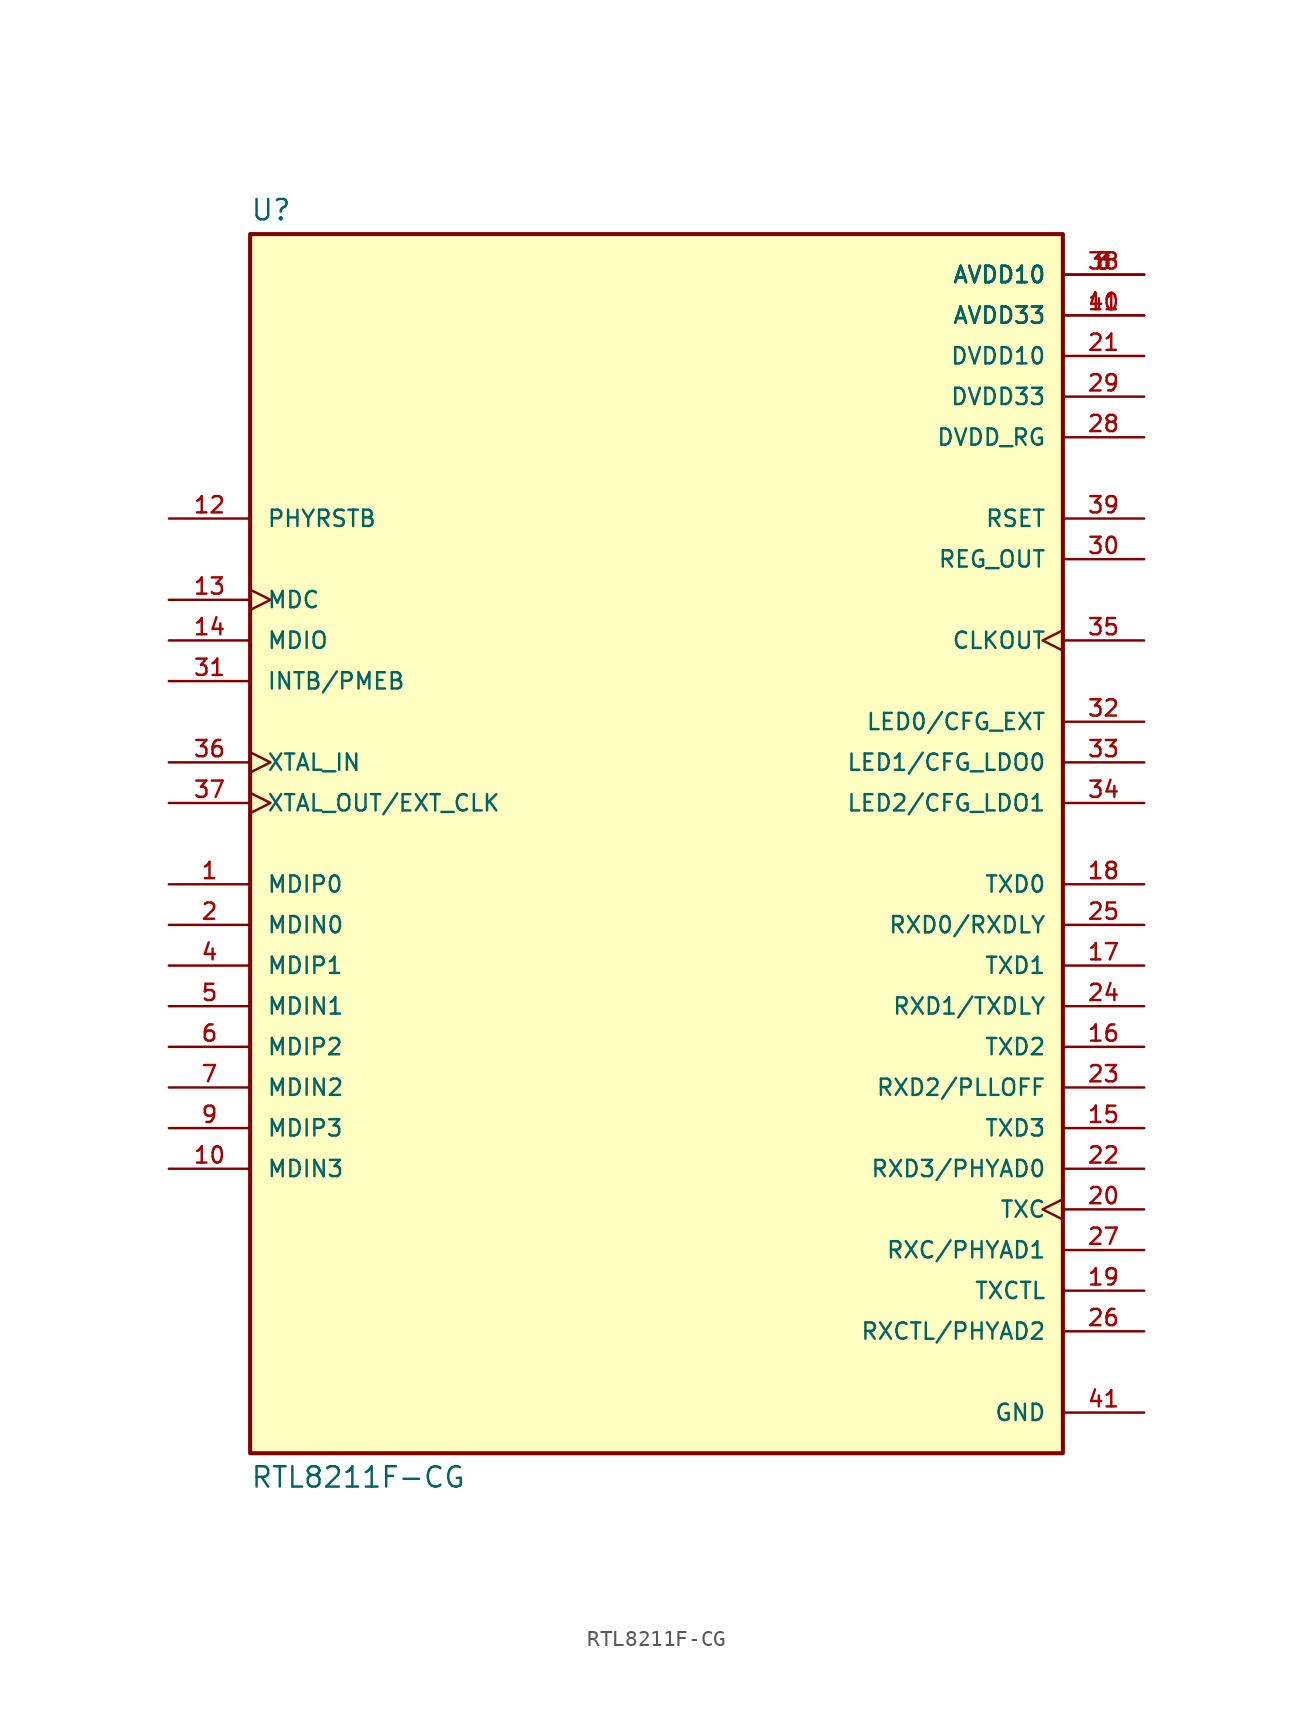
<source format=kicad_sym>
(kicad_symbol_lib
  (version 20231120)
  (generator "kicad_symbol_editor")
  (generator_version "8.0")
  (symbol "RTL8211F-CG"
    (pin_names
      (offset 1.016))
    (property "Reference" "U"
      (at -25.4 38.862 0)
      (effects (font (size 1.27 1.27)) (justify left bottom)))
    (property "Value" "RTL8211F-CG"
      (at -25.4 -38.862 0)
      (effects (font (size 1.27 1.27)) (justify left top)))
    (symbol "RTL8211F-CG_0_0"
      (rectangle (start -25.4 -38.1) (end 25.4 38.1) (stroke (width 0.254) (type default)) (fill (type background)))
      (pin bidirectional line (at -30.48 -2.54 0) (length 5.08) (name "MDIP0" (effects (font (size 1.016 1.016)))) (number "1" (effects (font (size 1.016 1.016)))))
      (pin bidirectional line (at -30.48 -20.32 0) (length 5.08) (name "MDIN3" (effects (font (size 1.016 1.016)))) (number "10" (effects (font (size 1.016 1.016)))))
      (pin power_in line (at 30.48 33.02 180) (length 5.08) (name "AVDD33" (effects (font (size 1.016 1.016)))) (number "11" (effects (font (size 1.016 1.016)))))
      (pin input line (at -30.48 20.32 0) (length 5.08) (name "PHYRSTB" (effects (font (size 1.016 1.016)))) (number "12" (effects (font (size 1.016 1.016)))))
      (pin input clock (at -30.48 15.24 0) (length 5.08) (name "MDC" (effects (font (size 1.016 1.016)))) (number "13" (effects (font (size 1.016 1.016)))))
      (pin bidirectional line (at -30.48 12.7 0) (length 5.08) (name "MDIO" (effects (font (size 1.016 1.016)))) (number "14" (effects (font (size 1.016 1.016)))))
      (pin input line (at 30.48 -17.78 180) (length 5.08) (name "TXD3" (effects (font (size 1.016 1.016)))) (number "15" (effects (font (size 1.016 1.016)))))
      (pin input line (at 30.48 -12.7 180) (length 5.08) (name "TXD2" (effects (font (size 1.016 1.016)))) (number "16" (effects (font (size 1.016 1.016)))))
      (pin input line (at 30.48 -7.62 180) (length 5.08) (name "TXD1" (effects (font (size 1.016 1.016)))) (number "17" (effects (font (size 1.016 1.016)))))
      (pin input line (at 30.48 -2.54 180) (length 5.08) (name "TXD0" (effects (font (size 1.016 1.016)))) (number "18" (effects (font (size 1.016 1.016)))))
      (pin input line (at 30.48 -27.94 180) (length 5.08) (name "TXCTL" (effects (font (size 1.016 1.016)))) (number "19" (effects (font (size 1.016 1.016)))))
      (pin bidirectional line (at -30.48 -5.08 0) (length 5.08) (name "MDIN0" (effects (font (size 1.016 1.016)))) (number "2" (effects (font (size 1.016 1.016)))))
      (pin input clock (at 30.48 -22.86 180) (length 5.08) (name "TXC" (effects (font (size 1.016 1.016)))) (number "20" (effects (font (size 1.016 1.016)))))
      (pin power_in line (at 30.48 30.48 180) (length 5.08) (name "DVDD10" (effects (font (size 1.016 1.016)))) (number "21" (effects (font (size 1.016 1.016)))))
      (pin bidirectional line (at 30.48 -20.32 180) (length 5.08) (name "RXD3/PHYAD0" (effects (font (size 1.016 1.016)))) (number "22" (effects (font (size 1.016 1.016)))))
      (pin bidirectional line (at 30.48 -15.24 180) (length 5.08) (name "RXD2/PLLOFF" (effects (font (size 1.016 1.016)))) (number "23" (effects (font (size 1.016 1.016)))))
      (pin bidirectional line (at 30.48 -10.16 180) (length 5.08) (name "RXD1/TXDLY" (effects (font (size 1.016 1.016)))) (number "24" (effects (font (size 1.016 1.016)))))
      (pin bidirectional line (at 30.48 -5.08 180) (length 5.08) (name "RXD0/RXDLY" (effects (font (size 1.016 1.016)))) (number "25" (effects (font (size 1.016 1.016)))))
      (pin bidirectional line (at 30.48 -30.48 180) (length 5.08) (name "RXCTL/PHYAD2" (effects (font (size 1.016 1.016)))) (number "26" (effects (font (size 1.016 1.016)))))
      (pin bidirectional line (at 30.48 -25.4 180) (length 5.08) (name "RXC/PHYAD1" (effects (font (size 1.016 1.016)))) (number "27" (effects (font (size 1.016 1.016)))))
      (pin power_in line (at 30.48 25.4 180) (length 5.08) (name "DVDD_RG" (effects (font (size 1.016 1.016)))) (number "28" (effects (font (size 1.016 1.016)))))
      (pin power_in line (at 30.48 27.94 180) (length 5.08) (name "DVDD33" (effects (font (size 1.016 1.016)))) (number "29" (effects (font (size 1.016 1.016)))))
      (pin power_in line (at 30.48 35.56 180) (length 5.08) (name "AVDD10" (effects (font (size 1.016 1.016)))) (number "3" (effects (font (size 1.016 1.016)))))
      (pin output line (at 30.48 17.78 180) (length 5.08) (name "REG_OUT" (effects (font (size 1.016 1.016)))) (number "30" (effects (font (size 1.016 1.016)))))
      (pin output line (at -30.48 10.16 0) (length 5.08) (name "INTB/PMEB" (effects (font (size 1.016 1.016)))) (number "31" (effects (font (size 1.016 1.016)))))
      (pin bidirectional line (at 30.48 7.62 180) (length 5.08) (name "LED0/CFG_EXT" (effects (font (size 1.016 1.016)))) (number "32" (effects (font (size 1.016 1.016)))))
      (pin bidirectional line (at 30.48 5.08 180) (length 5.08) (name "LED1/CFG_LDO0" (effects (font (size 1.016 1.016)))) (number "33" (effects (font (size 1.016 1.016)))))
      (pin bidirectional line (at 30.48 2.54 180) (length 5.08) (name "LED2/CFG_LDO1" (effects (font (size 1.016 1.016)))) (number "34" (effects (font (size 1.016 1.016)))))
      (pin output clock (at 30.48 12.7 180) (length 5.08) (name "CLKOUT" (effects (font (size 1.016 1.016)))) (number "35" (effects (font (size 1.016 1.016)))))
      (pin input clock (at -30.48 5.08 0) (length 5.08) (name "XTAL_IN" (effects (font (size 1.016 1.016)))) (number "36" (effects (font (size 1.016 1.016)))))
      (pin output clock (at -30.48 2.54 0) (length 5.08) (name "XTAL_OUT/EXT_CLK" (effects (font (size 1.016 1.016)))) (number "37" (effects (font (size 1.016 1.016)))))
      (pin power_in line (at 30.48 35.56 180) (length 5.08) (name "AVDD10" (effects (font (size 1.016 1.016)))) (number "38" (effects (font (size 1.016 1.016)))))
      (pin output line (at 30.48 20.32 180) (length 5.08) (name "RSET" (effects (font (size 1.016 1.016)))) (number "39" (effects (font (size 1.016 1.016)))))
      (pin bidirectional line (at -30.48 -7.62 0) (length 5.08) (name "MDIP1" (effects (font (size 1.016 1.016)))) (number "4" (effects (font (size 1.016 1.016)))))
      (pin power_in line (at 30.48 33.02 180) (length 5.08) (name "AVDD33" (effects (font (size 1.016 1.016)))) (number "40" (effects (font (size 1.016 1.016)))))
      (pin power_in line (at 30.48 -35.56 180) (length 5.08) (name "GND" (effects (font (size 1.016 1.016)))) (number "41" (effects (font (size 1.016 1.016)))))
      (pin bidirectional line (at -30.48 -10.16 0) (length 5.08) (name "MDIN1" (effects (font (size 1.016 1.016)))) (number "5" (effects (font (size 1.016 1.016)))))
      (pin bidirectional line (at -30.48 -12.7 0) (length 5.08) (name "MDIP2" (effects (font (size 1.016 1.016)))) (number "6" (effects (font (size 1.016 1.016)))))
      (pin bidirectional line (at -30.48 -15.24 0) (length 5.08) (name "MDIN2" (effects (font (size 1.016 1.016)))) (number "7" (effects (font (size 1.016 1.016)))))
      (pin power_in line (at 30.48 35.56 180) (length 5.08) (name "AVDD10" (effects (font (size 1.016 1.016)))) (number "8" (effects (font (size 1.016 1.016)))))
      (pin bidirectional line (at -30.48 -17.78 0) (length 5.08) (name "MDIP3" (effects (font (size 1.016 1.016)))) (number "9" (effects (font (size 1.016 1.016))))))))
</source>
